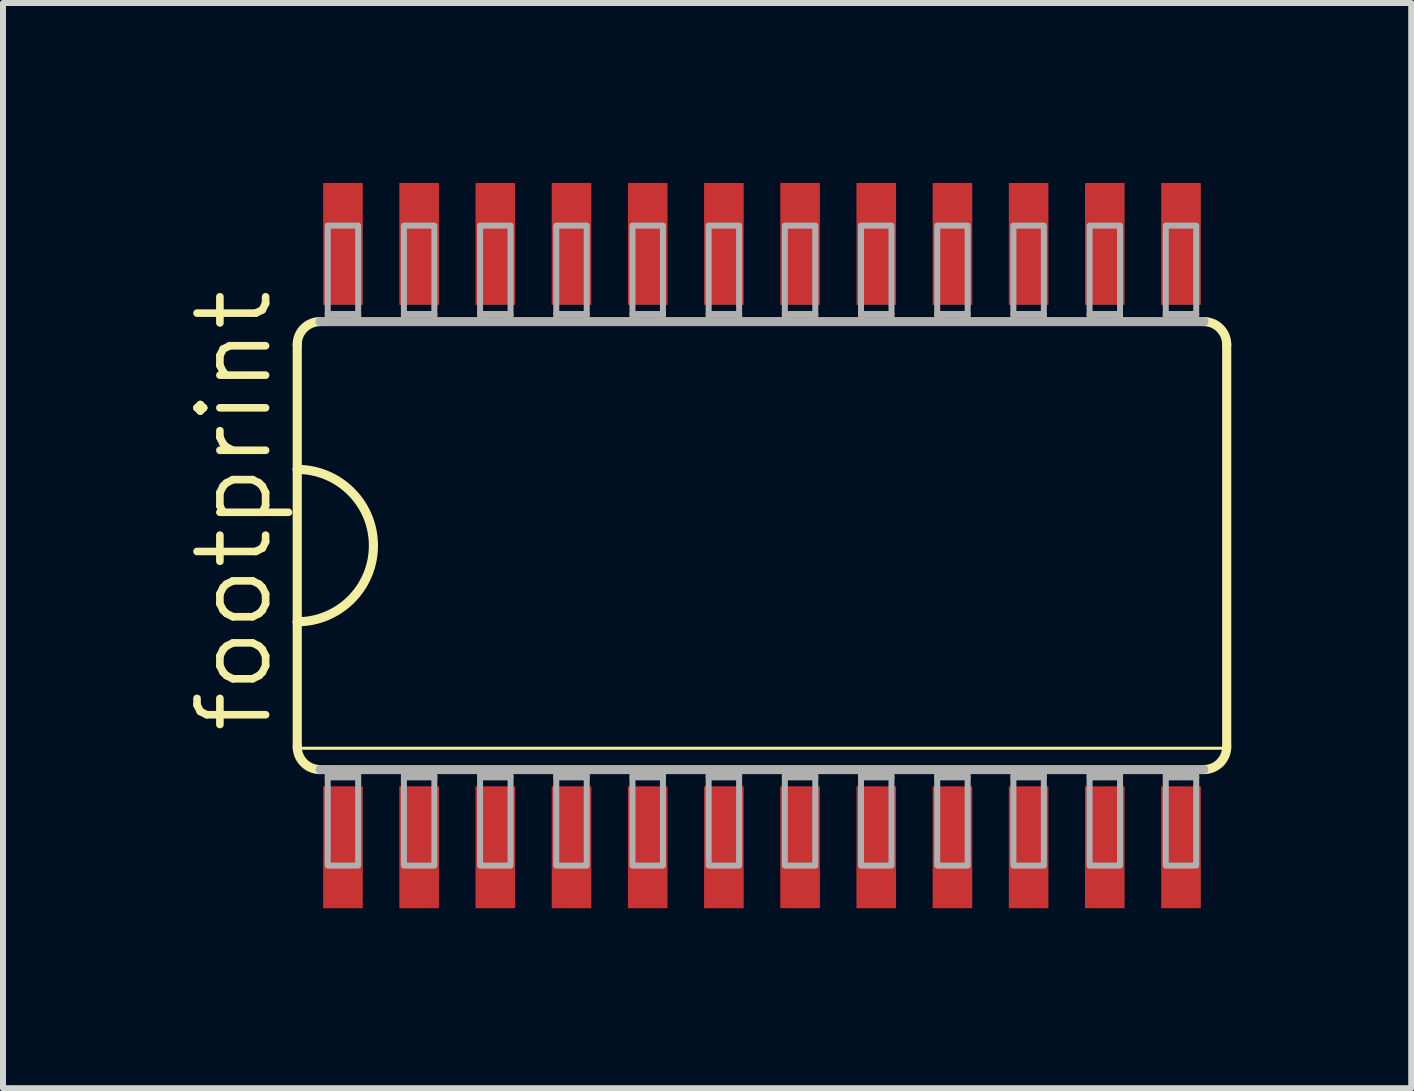
<source format=kicad_pcb>
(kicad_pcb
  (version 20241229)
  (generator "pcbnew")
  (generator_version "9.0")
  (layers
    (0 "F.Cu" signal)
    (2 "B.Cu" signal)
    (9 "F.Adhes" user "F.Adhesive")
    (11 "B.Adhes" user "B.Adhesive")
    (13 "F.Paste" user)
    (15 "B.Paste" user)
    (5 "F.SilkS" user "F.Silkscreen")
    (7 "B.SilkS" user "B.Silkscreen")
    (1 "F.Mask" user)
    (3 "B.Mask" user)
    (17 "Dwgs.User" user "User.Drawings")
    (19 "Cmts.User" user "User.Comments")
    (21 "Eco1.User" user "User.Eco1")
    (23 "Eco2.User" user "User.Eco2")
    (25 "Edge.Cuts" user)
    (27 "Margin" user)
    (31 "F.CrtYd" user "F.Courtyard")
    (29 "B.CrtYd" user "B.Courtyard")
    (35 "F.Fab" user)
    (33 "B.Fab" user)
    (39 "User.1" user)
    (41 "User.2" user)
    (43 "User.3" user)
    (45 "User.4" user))
  (footprint "footprint"
    (layer "F.Cu")
    (at 9.652 6.045)
    (property "Reference" "footprint" (at -8.128 3.175 90) (layer "F.SilkS") (effects (font (size 1.143 1.143) (thickness 0.127)) (justify left bottom)))
    (fp_line (start -7.747 -3.353) (end -7.747 -1.27) (stroke (width 0.152) (type solid)) (layer "F.SilkS"))
    (fp_line (start -7.747 -1.27) (end -7.747 1.27) (stroke (width 0.152) (type solid)) (layer "F.SilkS"))
    (fp_line (start -7.747 1.27) (end -7.747 3.353) (stroke (width 0.152) (type solid)) (layer "F.SilkS"))
    (fp_line (start -7.747 3.378) (end 7.747 3.378) (stroke (width 0.051) (type solid)) (layer "F.SilkS"))
    (fp_line (start 7.747 3.353) (end 7.747 -3.353) (stroke (width 0.152) (type solid)) (layer "F.SilkS"))
    (fp_arc (start -7.747 -3.3528) (mid -7.635408 -3.622208) (end -7.366 -3.7338) (stroke (width 0.1524) (type solid)) (layer "F.SilkS"))
    (fp_arc (start -7.747 -1.27) (mid -6.477 0) (end -7.747 1.27) (stroke (width 0.1524) (type solid)) (layer "F.SilkS"))
    (fp_arc (start -7.366 3.7338) (mid -7.635408 3.622208) (end -7.747 3.3528) (stroke (width 0.1524) (type solid)) (layer "F.SilkS"))
    (fp_arc (start 7.366 -3.7338) (mid 7.635408 -3.622208) (end 7.747 -3.3528) (stroke (width 0.1524) (type solid)) (layer "F.SilkS"))
    (fp_arc (start 7.747 3.3528) (mid 7.635408 3.622208) (end 7.366 3.7338) (stroke (width 0.1524) (type solid)) (layer "F.SilkS"))
    (fp_line (start -7.366 3.734) (end 7.366 3.734) (stroke (width 0.152) (type solid)) (layer "F.Fab"))
    (fp_line (start 7.366 -3.734) (end -7.366 -3.734) (stroke (width 0.152) (type solid)) (layer "F.Fab"))
    (fp_poly (pts (xy -7.239 -3.861) (xy -6.731 -3.861) (xy -6.731 -5.334) (xy -7.239 -5.334)) (stroke (width 0.1) (type solid)) (fill no) (layer "F.Fab"))
    (fp_poly (pts (xy -7.239 -3.734) (xy -6.731 -3.734) (xy -6.731 -3.861) (xy -7.239 -3.861)) (stroke (width 0.1) (type solid)) (fill no) (layer "F.Fab"))
    (fp_poly (pts (xy -7.239 3.861) (xy -6.731 3.861) (xy -6.731 3.734) (xy -7.239 3.734)) (stroke (width 0.1) (type solid)) (fill no) (layer "F.Fab"))
    (fp_poly (pts (xy -7.239 5.334) (xy -6.731 5.334) (xy -6.731 3.861) (xy -7.239 3.861)) (stroke (width 0.1) (type solid)) (fill no) (layer "F.Fab"))
    (fp_poly (pts (xy -5.969 -3.861) (xy -5.461 -3.861) (xy -5.461 -5.334) (xy -5.969 -5.334)) (stroke (width 0.1) (type solid)) (fill no) (layer "F.Fab"))
    (fp_poly (pts (xy -5.969 -3.734) (xy -5.461 -3.734) (xy -5.461 -3.861) (xy -5.969 -3.861)) (stroke (width 0.1) (type solid)) (fill no) (layer "F.Fab"))
    (fp_poly (pts (xy -5.969 3.861) (xy -5.461 3.861) (xy -5.461 3.734) (xy -5.969 3.734)) (stroke (width 0.1) (type solid)) (fill no) (layer "F.Fab"))
    (fp_poly (pts (xy -5.969 5.334) (xy -5.461 5.334) (xy -5.461 3.861) (xy -5.969 3.861)) (stroke (width 0.1) (type solid)) (fill no) (layer "F.Fab"))
    (fp_poly (pts (xy -4.699 -3.861) (xy -4.191 -3.861) (xy -4.191 -5.334) (xy -4.699 -5.334)) (stroke (width 0.1) (type solid)) (fill no) (layer "F.Fab"))
    (fp_poly (pts (xy -4.699 -3.734) (xy -4.191 -3.734) (xy -4.191 -3.861) (xy -4.699 -3.861)) (stroke (width 0.1) (type solid)) (fill no) (layer "F.Fab"))
    (fp_poly (pts (xy -4.699 3.861) (xy -4.191 3.861) (xy -4.191 3.734) (xy -4.699 3.734)) (stroke (width 0.1) (type solid)) (fill no) (layer "F.Fab"))
    (fp_poly (pts (xy -4.699 5.334) (xy -4.191 5.334) (xy -4.191 3.861) (xy -4.699 3.861)) (stroke (width 0.1) (type solid)) (fill no) (layer "F.Fab"))
    (fp_poly (pts (xy -3.429 -3.861) (xy -2.921 -3.861) (xy -2.921 -5.334) (xy -3.429 -5.334)) (stroke (width 0.1) (type solid)) (fill no) (layer "F.Fab"))
    (fp_poly (pts (xy -3.429 -3.734) (xy -2.921 -3.734) (xy -2.921 -3.861) (xy -3.429 -3.861)) (stroke (width 0.1) (type solid)) (fill no) (layer "F.Fab"))
    (fp_poly (pts (xy -3.429 3.861) (xy -2.921 3.861) (xy -2.921 3.734) (xy -3.429 3.734)) (stroke (width 0.1) (type solid)) (fill no) (layer "F.Fab"))
    (fp_poly (pts (xy -3.429 5.334) (xy -2.921 5.334) (xy -2.921 3.861) (xy -3.429 3.861)) (stroke (width 0.1) (type solid)) (fill no) (layer "F.Fab"))
    (fp_poly (pts (xy -2.159 -3.861) (xy -1.651 -3.861) (xy -1.651 -5.334) (xy -2.159 -5.334)) (stroke (width 0.1) (type solid)) (fill no) (layer "F.Fab"))
    (fp_poly (pts (xy -2.159 -3.734) (xy -1.651 -3.734) (xy -1.651 -3.861) (xy -2.159 -3.861)) (stroke (width 0.1) (type solid)) (fill no) (layer "F.Fab"))
    (fp_poly (pts (xy -2.159 3.861) (xy -1.651 3.861) (xy -1.651 3.734) (xy -2.159 3.734)) (stroke (width 0.1) (type solid)) (fill no) (layer "F.Fab"))
    (fp_poly (pts (xy -2.159 5.334) (xy -1.651 5.334) (xy -1.651 3.861) (xy -2.159 3.861)) (stroke (width 0.1) (type solid)) (fill no) (layer "F.Fab"))
    (fp_poly (pts (xy -0.889 -3.861) (xy -0.381 -3.861) (xy -0.381 -5.334) (xy -0.889 -5.334)) (stroke (width 0.1) (type solid)) (fill no) (layer "F.Fab"))
    (fp_poly (pts (xy -0.889 -3.734) (xy -0.381 -3.734) (xy -0.381 -3.861) (xy -0.889 -3.861)) (stroke (width 0.1) (type solid)) (fill no) (layer "F.Fab"))
    (fp_poly (pts (xy -0.889 3.861) (xy -0.381 3.861) (xy -0.381 3.734) (xy -0.889 3.734)) (stroke (width 0.1) (type solid)) (fill no) (layer "F.Fab"))
    (fp_poly (pts (xy -0.889 5.334) (xy -0.381 5.334) (xy -0.381 3.861) (xy -0.889 3.861)) (stroke (width 0.1) (type solid)) (fill no) (layer "F.Fab"))
    (fp_poly (pts (xy 0.381 -3.861) (xy 0.889 -3.861) (xy 0.889 -5.334) (xy 0.381 -5.334)) (stroke (width 0.1) (type solid)) (fill no) (layer "F.Fab"))
    (fp_poly (pts (xy 0.381 -3.734) (xy 0.889 -3.734) (xy 0.889 -3.861) (xy 0.381 -3.861)) (stroke (width 0.1) (type solid)) (fill no) (layer "F.Fab"))
    (fp_poly (pts (xy 0.381 3.861) (xy 0.889 3.861) (xy 0.889 3.734) (xy 0.381 3.734)) (stroke (width 0.1) (type solid)) (fill no) (layer "F.Fab"))
    (fp_poly (pts (xy 0.381 5.334) (xy 0.889 5.334) (xy 0.889 3.861) (xy 0.381 3.861)) (stroke (width 0.1) (type solid)) (fill no) (layer "F.Fab"))
    (fp_poly (pts (xy 1.651 -3.861) (xy 2.159 -3.861) (xy 2.159 -5.334) (xy 1.651 -5.334)) (stroke (width 0.1) (type solid)) (fill no) (layer "F.Fab"))
    (fp_poly (pts (xy 1.651 -3.734) (xy 2.159 -3.734) (xy 2.159 -3.861) (xy 1.651 -3.861)) (stroke (width 0.1) (type solid)) (fill no) (layer "F.Fab"))
    (fp_poly (pts (xy 1.651 3.861) (xy 2.159 3.861) (xy 2.159 3.734) (xy 1.651 3.734)) (stroke (width 0.1) (type solid)) (fill no) (layer "F.Fab"))
    (fp_poly (pts (xy 1.651 5.334) (xy 2.159 5.334) (xy 2.159 3.861) (xy 1.651 3.861)) (stroke (width 0.1) (type solid)) (fill no) (layer "F.Fab"))
    (fp_poly (pts (xy 2.921 -3.861) (xy 3.429 -3.861) (xy 3.429 -5.334) (xy 2.921 -5.334)) (stroke (width 0.1) (type solid)) (fill no) (layer "F.Fab"))
    (fp_poly (pts (xy 2.921 -3.734) (xy 3.429 -3.734) (xy 3.429 -3.861) (xy 2.921 -3.861)) (stroke (width 0.1) (type solid)) (fill no) (layer "F.Fab"))
    (fp_poly (pts (xy 2.921 3.861) (xy 3.429 3.861) (xy 3.429 3.734) (xy 2.921 3.734)) (stroke (width 0.1) (type solid)) (fill no) (layer "F.Fab"))
    (fp_poly (pts (xy 2.921 5.334) (xy 3.429 5.334) (xy 3.429 3.861) (xy 2.921 3.861)) (stroke (width 0.1) (type solid)) (fill no) (layer "F.Fab"))
    (fp_poly (pts (xy 4.191 -3.861) (xy 4.699 -3.861) (xy 4.699 -5.334) (xy 4.191 -5.334)) (stroke (width 0.1) (type solid)) (fill no) (layer "F.Fab"))
    (fp_poly (pts (xy 4.191 -3.734) (xy 4.699 -3.734) (xy 4.699 -3.861) (xy 4.191 -3.861)) (stroke (width 0.1) (type solid)) (fill no) (layer "F.Fab"))
    (fp_poly (pts (xy 4.191 3.861) (xy 4.699 3.861) (xy 4.699 3.734) (xy 4.191 3.734)) (stroke (width 0.1) (type solid)) (fill no) (layer "F.Fab"))
    (fp_poly (pts (xy 4.191 5.334) (xy 4.699 5.334) (xy 4.699 3.861) (xy 4.191 3.861)) (stroke (width 0.1) (type solid)) (fill no) (layer "F.Fab"))
    (fp_poly (pts (xy 5.461 -3.861) (xy 5.969 -3.861) (xy 5.969 -5.334) (xy 5.461 -5.334)) (stroke (width 0.1) (type solid)) (fill no) (layer "F.Fab"))
    (fp_poly (pts (xy 5.461 -3.734) (xy 5.969 -3.734) (xy 5.969 -3.861) (xy 5.461 -3.861)) (stroke (width 0.1) (type solid)) (fill no) (layer "F.Fab"))
    (fp_poly (pts (xy 5.461 3.861) (xy 5.969 3.861) (xy 5.969 3.734) (xy 5.461 3.734)) (stroke (width 0.1) (type solid)) (fill no) (layer "F.Fab"))
    (fp_poly (pts (xy 5.461 5.334) (xy 5.969 5.334) (xy 5.969 3.861) (xy 5.461 3.861)) (stroke (width 0.1) (type solid)) (fill no) (layer "F.Fab"))
    (fp_poly (pts (xy 6.731 -3.861) (xy 7.239 -3.861) (xy 7.239 -5.334) (xy 6.731 -5.334)) (stroke (width 0.1) (type solid)) (fill no) (layer "F.Fab"))
    (fp_poly (pts (xy 6.731 -3.734) (xy 7.239 -3.734) (xy 7.239 -3.861) (xy 6.731 -3.861)) (stroke (width 0.1) (type solid)) (fill no) (layer "F.Fab"))
    (fp_poly (pts (xy 6.731 3.861) (xy 7.239 3.861) (xy 7.239 3.734) (xy 6.731 3.734)) (stroke (width 0.1) (type solid)) (fill no) (layer "F.Fab"))
    (fp_poly (pts (xy 6.731 5.334) (xy 7.239 5.334) (xy 7.239 3.861) (xy 6.731 3.861)) (stroke (width 0.1) (type solid)) (fill no) (layer "F.Fab"))
    (pad "1" smd rect (at -6.985 5.029) (size 0.66 2.032) (layers "F.Cu" "F.Mask" "F.Paste"))
    (pad "2" smd rect (at -5.715 5.029) (size 0.66 2.032) (layers "F.Cu" "F.Mask" "F.Paste"))
    (pad "3" smd rect (at -4.445 5.029) (size 0.66 2.032) (layers "F.Cu" "F.Mask" "F.Paste"))
    (pad "4" smd rect (at -3.175 5.029) (size 0.66 2.032) (layers "F.Cu" "F.Mask" "F.Paste"))
    (pad "5" smd rect (at -1.905 5.029) (size 0.66 2.032) (layers "F.Cu" "F.Mask" "F.Paste"))
    (pad "6" smd rect (at -0.635 5.029) (size 0.66 2.032) (layers "F.Cu" "F.Mask" "F.Paste"))
    (pad "7" smd rect (at 0.635 5.029) (size 0.66 2.032) (layers "F.Cu" "F.Mask" "F.Paste"))
    (pad "8" smd rect (at 1.905 5.029) (size 0.66 2.032) (layers "F.Cu" "F.Mask" "F.Paste"))
    (pad "9" smd rect (at 3.175 5.029) (size 0.66 2.032) (layers "F.Cu" "F.Mask" "F.Paste"))
    (pad "10" smd rect (at 4.445 5.029) (size 0.66 2.032) (layers "F.Cu" "F.Mask" "F.Paste"))
    (pad "11" smd rect (at 5.715 5.029) (size 0.66 2.032) (layers "F.Cu" "F.Mask" "F.Paste"))
    (pad "12" smd rect (at 6.985 5.029) (size 0.66 2.032) (layers "F.Cu" "F.Mask" "F.Paste"))
    (pad "13" smd rect (at 6.985 -5.029) (size 0.66 2.032) (layers "F.Cu" "F.Mask" "F.Paste"))
    (pad "14" smd rect (at 5.715 -5.029) (size 0.66 2.032) (layers "F.Cu" "F.Mask" "F.Paste"))
    (pad "15" smd rect (at 4.445 -5.029) (size 0.66 2.032) (layers "F.Cu" "F.Mask" "F.Paste"))
    (pad "16" smd rect (at 3.175 -5.029) (size 0.66 2.032) (layers "F.Cu" "F.Mask" "F.Paste"))
    (pad "17" smd rect (at 1.905 -5.029) (size 0.66 2.032) (layers "F.Cu" "F.Mask" "F.Paste"))
    (pad "18" smd rect (at 0.635 -5.029) (size 0.66 2.032) (layers "F.Cu" "F.Mask" "F.Paste"))
    (pad "19" smd rect (at -0.635 -5.029) (size 0.66 2.032) (layers "F.Cu" "F.Mask" "F.Paste"))
    (pad "20" smd rect (at -1.905 -5.029) (size 0.66 2.032) (layers "F.Cu" "F.Mask" "F.Paste"))
    (pad "21" smd rect (at -3.175 -5.029) (size 0.66 2.032) (layers "F.Cu" "F.Mask" "F.Paste"))
    (pad "22" smd rect (at -4.445 -5.029) (size 0.66 2.032) (layers "F.Cu" "F.Mask" "F.Paste"))
    (pad "23" smd rect (at -5.715 -5.029) (size 0.66 2.032) (layers "F.Cu" "F.Mask" "F.Paste"))
    (pad "24" smd rect (at -6.985 -5.029) (size 0.66 2.032) (layers "F.Cu" "F.Mask" "F.Paste")))
  (gr_rect
    (start -3 -3)
    (end 20.475 15.09)
    (stroke (width 0.1) (type default))
    (fill no)
    (layer "Edge.Cuts")))
</source>
